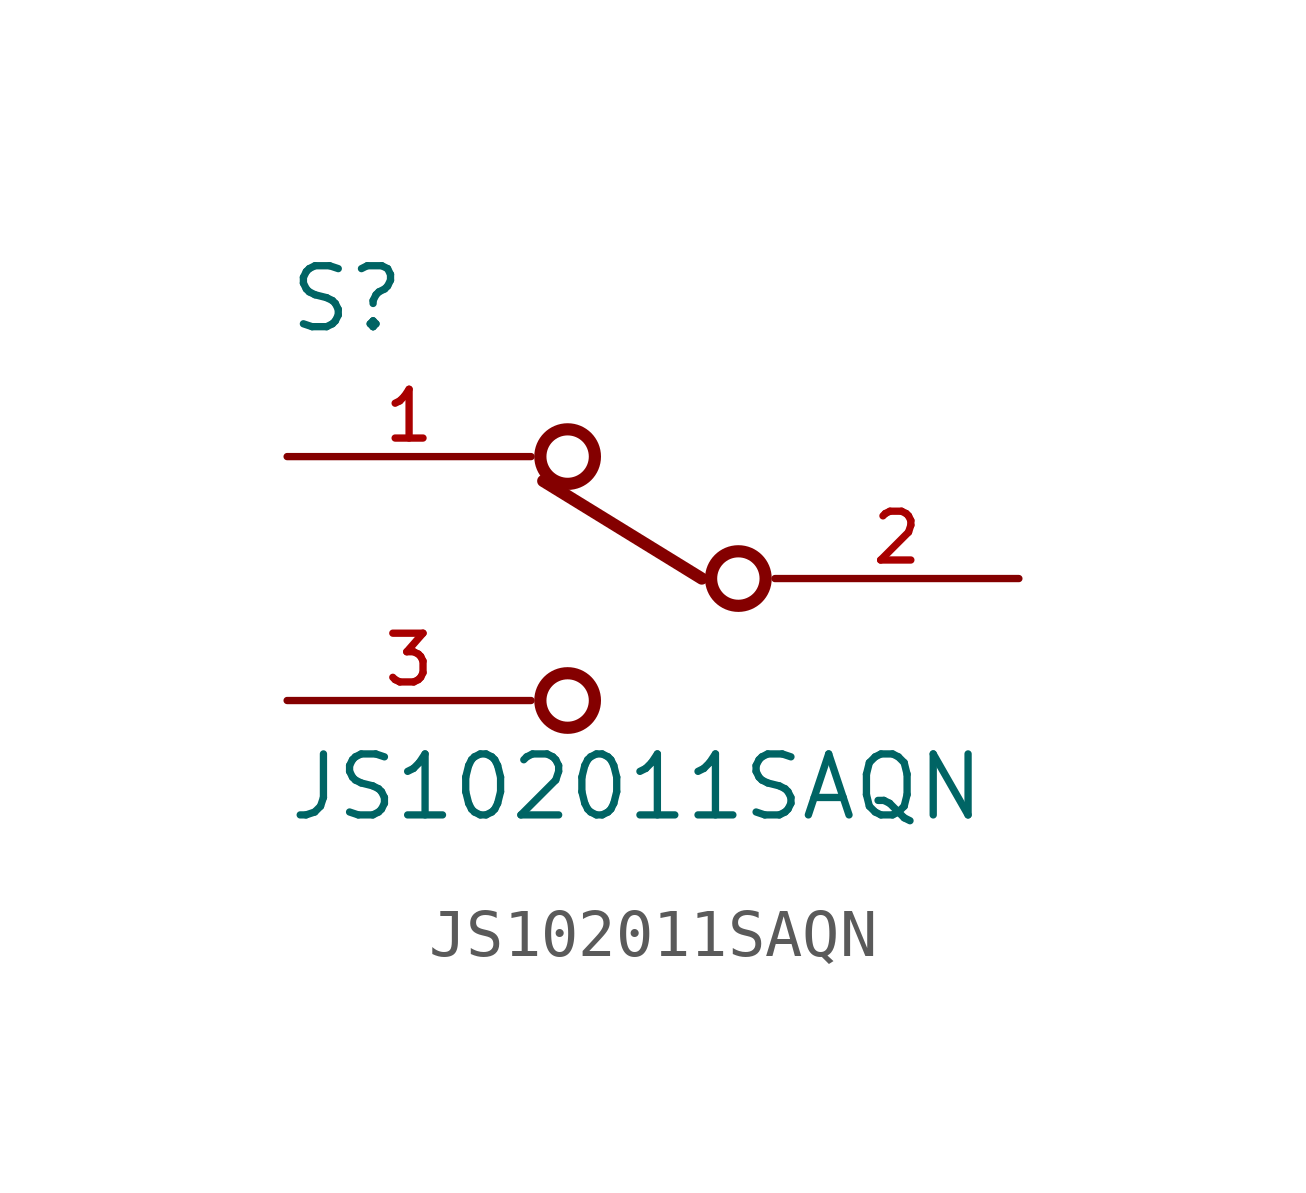
<source format=kicad_sym>
(kicad_symbol_lib
  (version 20211014)
  (generator kicad_symbol_editor)
  (symbol "JS102011SAQN"
    (pin_names
      (offset 1.016))
    (property "Reference" "S"
      (at -7.623 5.082 0)
      (effects (font (size 1.27 1.27)) (justify left bottom)))
    (property "Value" "JS102011SAQN"
      (at -7.629 -5.086 0)
      (effects (font (size 1.27 1.27)) (justify left bottom)))
    (symbol "JS102011SAQN_0_0"
      (circle (center -1.778 -2.54) (radius 0.568) (stroke (width 0.254) (type default) (color 0 0 0 0)) (fill (type none)))
      (circle (center -1.778 2.54) (radius 0.568) (stroke (width 0.254) (type default) (color 0 0 0 0)) (fill (type none)))
      (polyline (pts (xy 1.016 0) (xy -2.286 2.032)) (stroke (width 0.254) (type default) (color 0 0 0 0)) (fill (type none)))
      (circle (center 1.778 0) (radius 0.568) (stroke (width 0.254) (type default) (color 0 0 0 0)) (fill (type none)))
      (pin passive line (at -7.62 2.54 0) (length 5.08) (name "~" (effects (font (size 1.016 1.016)))) (number "1" (effects (font (size 1.016 1.016)))))
      (pin passive line (at 7.62 0 180) (length 5.08) (name "~" (effects (font (size 1.016 1.016)))) (number "2" (effects (font (size 1.016 1.016)))))
      (pin passive line (at -7.62 -2.54 0) (length 5.08) (name "~" (effects (font (size 1.016 1.016)))) (number "3" (effects (font (size 1.016 1.016))))))))
</source>
